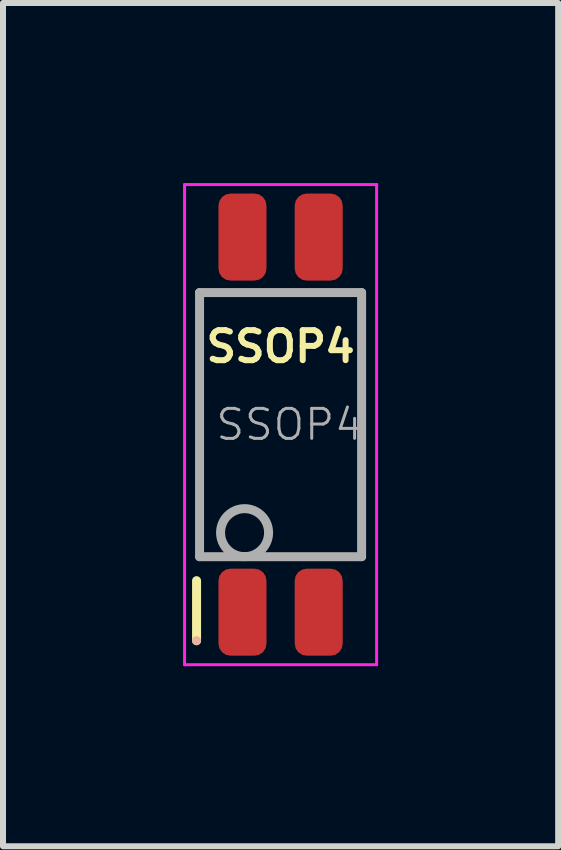
<source format=kicad_pcb>
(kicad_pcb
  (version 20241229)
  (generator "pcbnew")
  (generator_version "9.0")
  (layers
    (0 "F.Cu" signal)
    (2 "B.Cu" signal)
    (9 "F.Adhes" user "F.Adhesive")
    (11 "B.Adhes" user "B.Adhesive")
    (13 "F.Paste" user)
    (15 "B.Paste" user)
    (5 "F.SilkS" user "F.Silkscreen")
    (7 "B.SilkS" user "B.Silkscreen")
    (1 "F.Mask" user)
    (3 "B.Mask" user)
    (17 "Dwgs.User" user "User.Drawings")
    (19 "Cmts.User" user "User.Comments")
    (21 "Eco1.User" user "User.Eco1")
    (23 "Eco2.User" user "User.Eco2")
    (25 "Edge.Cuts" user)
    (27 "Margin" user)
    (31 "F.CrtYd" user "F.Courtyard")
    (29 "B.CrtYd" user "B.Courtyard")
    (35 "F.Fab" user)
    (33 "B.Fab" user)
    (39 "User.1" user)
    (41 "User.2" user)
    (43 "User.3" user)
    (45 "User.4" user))
  (footprint "SSOP4"
    (layer "F.Cu")
    (at 1.625 4.025)
    (property "Reference" "SSOP4" (at 0 -1.3 0) (layer "F.SilkS") (effects (font (size 0.5 0.5) (thickness 0.1))))
    (attr smd)
    (fp_line (start -1.4 2.6) (end -1.4 3.6) (stroke (width 0.15) (type solid)) (layer "F.SilkS"))
    (fp_line (start -1.4 3.6) (end -1.4 3.6) (stroke (width 0.15) (type solid)) (layer "B.SilkS"))
    (fp_line (start -1.6 -4) (end -1.6 4) (stroke (width 0.05) (type solid)) (layer "F.CrtYd"))
    (fp_line (start -1.6 -4) (end 1.6 -4) (stroke (width 0.05) (type solid)) (layer "F.CrtYd"))
    (fp_line (start -1.6 4) (end 1.6 4) (stroke (width 0.05) (type solid)) (layer "F.CrtYd"))
    (fp_line (start 1.6 -4) (end 1.6 4) (stroke (width 0.05) (type solid)) (layer "F.CrtYd"))
    (fp_line (start -1.35 -2.2) (end -1.35 2.2) (stroke (width 0.15) (type solid)) (layer "F.Fab"))
    (fp_line (start -1.35 -2.2) (end 1.35 -2.2) (stroke (width 0.15) (type solid)) (layer "F.Fab"))
    (fp_line (start 1.35 -2.2) (end 1.35 2.2) (stroke (width 0.15) (type solid)) (layer "F.Fab"))
    (fp_line (start 1.35 2.2) (end -1.35 2.2) (stroke (width 0.15) (type solid)) (layer "F.Fab"))
    (fp_circle (center -0.6 1.8) (end -0.6 2.2) (stroke (width 0.15) (type solid)) (fill no) (layer "F.Fab"))
    (fp_text user "${REFERENCE}" (at 0.15 0 0) (layer "F.Fab") (effects (font (size 0.5 0.5) (thickness 0.05))))
    (pad "1" smd roundrect (at -0.635 3.125) (size 0.8 1.45) (layers "F.Cu" "F.Mask" "F.Paste") (roundrect_rratio 0.25))
    (pad "2" smd roundrect (at 0.635 3.125) (size 0.8 1.45) (layers "F.Cu" "F.Mask" "F.Paste") (roundrect_rratio 0.25))
    (pad "3" smd roundrect (at 0.635 -3.125) (size 0.8 1.45) (layers "F.Cu" "F.Mask" "F.Paste") (roundrect_rratio 0.25))
    (pad "4" smd roundrect (at -0.635 -3.125) (size 0.8 1.45) (layers "F.Cu" "F.Mask" "F.Paste") (roundrect_rratio 0.25)))
  (gr_rect
    (start -3 -3)
    (end 6.25 11.05)
    (stroke (width 0.1) (type default))
    (fill no)
    (layer "Edge.Cuts")))
</source>
